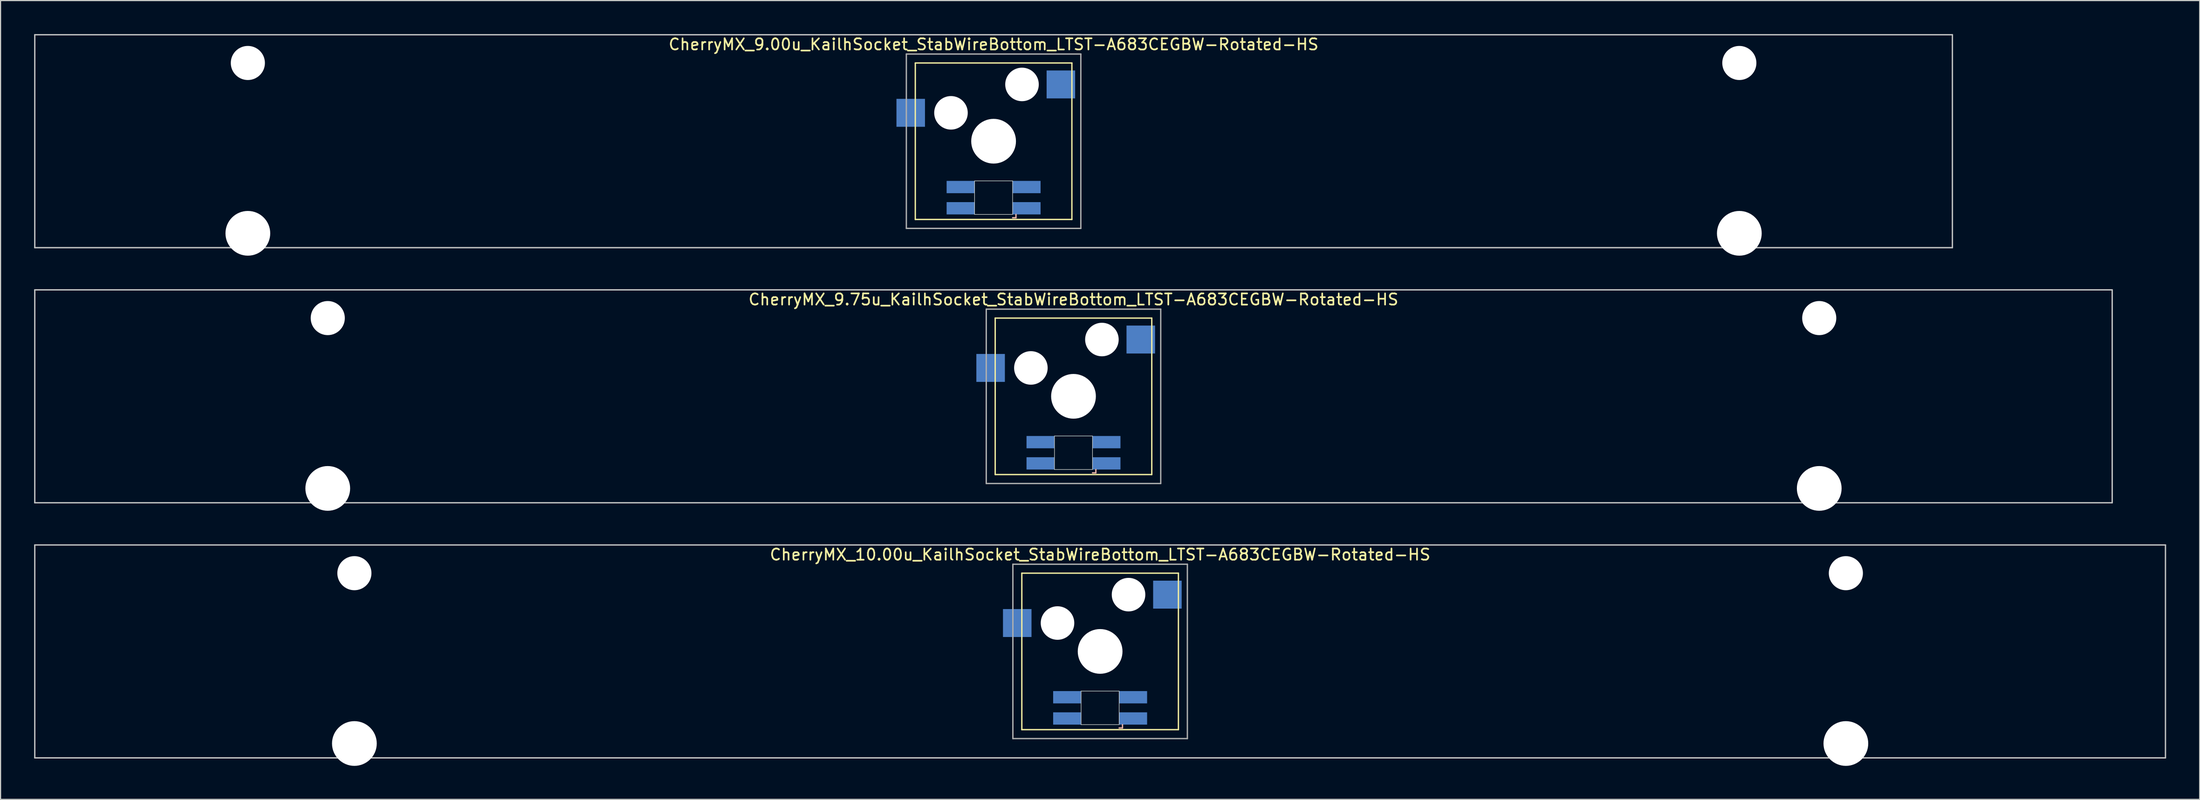
<source format=kicad_pcb>
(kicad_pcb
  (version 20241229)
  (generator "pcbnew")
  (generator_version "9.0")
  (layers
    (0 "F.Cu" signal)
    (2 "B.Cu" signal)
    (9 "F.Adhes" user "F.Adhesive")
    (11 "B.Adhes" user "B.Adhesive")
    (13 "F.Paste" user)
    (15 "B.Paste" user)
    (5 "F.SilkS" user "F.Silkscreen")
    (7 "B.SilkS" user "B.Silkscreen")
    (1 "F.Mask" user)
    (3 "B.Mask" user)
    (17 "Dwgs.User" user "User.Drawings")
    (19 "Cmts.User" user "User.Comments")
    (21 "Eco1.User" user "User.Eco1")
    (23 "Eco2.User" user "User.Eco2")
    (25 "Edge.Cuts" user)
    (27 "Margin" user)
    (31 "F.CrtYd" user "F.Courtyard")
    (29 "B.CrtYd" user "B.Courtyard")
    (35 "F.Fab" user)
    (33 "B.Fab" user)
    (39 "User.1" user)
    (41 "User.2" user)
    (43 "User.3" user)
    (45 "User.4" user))
  (footprint "CherryMX_9.75u_KailhSocket_StabWireBottom_LTST-A683CEGBW-Rotated-HS"
    (layer "F.Cu")
    (at 92.929 32.41)
    (property "Reference" "CherryMX_9.75u_KailhSocket_StabWireBottom_LTST-A683CEGBW-Rotated-HS" (at 0 -8.662 0) (layer "F.SilkS") (effects (font (size 1 1) (thickness 0.15))))
    (attr through_hole)
    (fp_line (start -7 -7) (end -7 7) (stroke (width 0.12) (type solid)) (layer "F.SilkS"))
    (fp_line (start -7 -7) (end 7 -7) (stroke (width 0.12) (type solid)) (layer "F.SilkS"))
    (fp_line (start 7 -7) (end 7 7) (stroke (width 0.12) (type solid)) (layer "F.SilkS"))
    (fp_line (start 7 7) (end -7 7) (stroke (width 0.12) (type solid)) (layer "F.SilkS"))
    (fp_line (start 1.7 6.85) (end 2 6.85) (stroke (width 0.12) (type solid)) (layer "B.SilkS"))
    (fp_line (start 2 6.85) (end 2 6.55) (stroke (width 0.12) (type solid)) (layer "B.SilkS"))
    (fp_line (start -92.869 -9.525) (end 92.869 -9.525) (stroke (width 0.12) (type solid)) (layer "Dwgs.User"))
    (fp_line (start -92.869 9.525) (end -92.869 -9.525) (stroke (width 0.12) (type solid)) (layer "Dwgs.User"))
    (fp_line (start 92.869 -9.525) (end 92.869 9.525) (stroke (width 0.12) (type solid)) (layer "Dwgs.User"))
    (fp_line (start 92.869 9.525) (end -92.869 9.525) (stroke (width 0.12) (type solid)) (layer "Dwgs.User"))
    (fp_line (start -1.7 3.55) (end 1.7 3.55) (stroke (width 0.05) (type solid)) (layer "Edge.Cuts"))
    (fp_line (start -1.7 6.55) (end -1.7 3.55) (stroke (width 0.05) (type solid)) (layer "Edge.Cuts"))
    (fp_line (start 1.7 3.55) (end 1.7 6.55) (stroke (width 0.05) (type solid)) (layer "Edge.Cuts"))
    (fp_line (start 1.7 6.55) (end -1.7 6.55) (stroke (width 0.05) (type solid)) (layer "Edge.Cuts"))
    (fp_line (start -7.8 -7.8) (end -7.8 7.8) (stroke (width 0.12) (type solid)) (layer "F.Fab"))
    (fp_line (start -7.8 -7.8) (end 7.8 -7.8) (stroke (width 0.12) (type solid)) (layer "F.Fab"))
    (fp_line (start -7.8 7.8) (end 7.8 7.8) (stroke (width 0.12) (type solid)) (layer "F.Fab"))
    (fp_line (start 7.8 -7.8) (end 7.8 7.8) (stroke (width 0.12) (type solid)) (layer "F.Fab"))
    (pad "" np_thru_hole circle (at -66.675 -7) (size 3.05 3.05) (drill 3.05) (layers "*.Cu" "*.Mask"))
    (pad "" np_thru_hole circle (at -66.675 8.24) (size 4 4) (drill 4) (layers "*.Cu" "*.Mask"))
    (pad "" np_thru_hole circle (at -3.81 -2.54) (size 3 3) (drill 3) (layers "*.Cu" "*.Mask"))
    (pad "" np_thru_hole circle (at 0 0) (size 4 4) (drill 4) (layers "*.Cu" "*.Mask"))
    (pad "" np_thru_hole circle (at 2.54 -5.08) (size 3 3) (drill 3) (layers "*.Cu" "*.Mask"))
    (pad "" np_thru_hole circle (at 66.675 -7) (size 3.05 3.05) (drill 3.05) (layers "*.Cu" "*.Mask"))
    (pad "" np_thru_hole circle (at 66.675 8.24) (size 4 4) (drill 4) (layers "*.Cu" "*.Mask"))
    (pad "1" smd rect (at -7.41 -2.54) (size 2.55 2.5) (layers "B.Cu" "B.Mask" "B.Paste"))
    (pad "2" smd rect (at 6.015 -5.08) (size 2.55 2.5) (layers "B.Cu" "B.Mask" "B.Paste"))
    (pad "3" smd rect (at 2.95 6) (size 2.5 1.1) (layers "B.Cu" "B.Mask" "B.Paste"))
    (pad "4" smd rect (at 2.95 4.1) (size 2.5 1.1) (layers "B.Cu" "B.Mask" "B.Paste"))
    (pad "5" smd rect (at -2.95 6) (size 2.5 1.1) (layers "B.Cu" "B.Mask" "B.Paste"))
    (pad "6" smd rect (at -2.95 4.1) (size 2.5 1.1) (layers "B.Cu" "B.Mask" "B.Paste")))
  (footprint "CherryMX_9.00u_KailhSocket_StabWireBottom_LTST-A683CEGBW-Rotated-HS"
    (layer "F.Cu")
    (at 85.785 9.585)
    (property "Reference" "CherryMX_9.00u_KailhSocket_StabWireBottom_LTST-A683CEGBW-Rotated-HS" (at 0 -8.662 0) (layer "F.SilkS") (effects (font (size 1 1) (thickness 0.15))))
    (attr through_hole)
    (fp_line (start -7 -7) (end -7 7) (stroke (width 0.12) (type solid)) (layer "F.SilkS"))
    (fp_line (start -7 -7) (end 7 -7) (stroke (width 0.12) (type solid)) (layer "F.SilkS"))
    (fp_line (start 7 -7) (end 7 7) (stroke (width 0.12) (type solid)) (layer "F.SilkS"))
    (fp_line (start 7 7) (end -7 7) (stroke (width 0.12) (type solid)) (layer "F.SilkS"))
    (fp_line (start 1.7 6.85) (end 2 6.85) (stroke (width 0.12) (type solid)) (layer "B.SilkS"))
    (fp_line (start 2 6.85) (end 2 6.55) (stroke (width 0.12) (type solid)) (layer "B.SilkS"))
    (fp_line (start -85.725 -9.525) (end 85.725 -9.525) (stroke (width 0.12) (type solid)) (layer "Dwgs.User"))
    (fp_line (start -85.725 9.525) (end -85.725 -9.525) (stroke (width 0.12) (type solid)) (layer "Dwgs.User"))
    (fp_line (start 85.725 -9.525) (end 85.725 9.525) (stroke (width 0.12) (type solid)) (layer "Dwgs.User"))
    (fp_line (start 85.725 9.525) (end -85.725 9.525) (stroke (width 0.12) (type solid)) (layer "Dwgs.User"))
    (fp_line (start -1.7 3.55) (end 1.7 3.55) (stroke (width 0.05) (type solid)) (layer "Edge.Cuts"))
    (fp_line (start -1.7 6.55) (end -1.7 3.55) (stroke (width 0.05) (type solid)) (layer "Edge.Cuts"))
    (fp_line (start 1.7 3.55) (end 1.7 6.55) (stroke (width 0.05) (type solid)) (layer "Edge.Cuts"))
    (fp_line (start 1.7 6.55) (end -1.7 6.55) (stroke (width 0.05) (type solid)) (layer "Edge.Cuts"))
    (fp_line (start -7.8 -7.8) (end -7.8 7.8) (stroke (width 0.12) (type solid)) (layer "F.Fab"))
    (fp_line (start -7.8 -7.8) (end 7.8 -7.8) (stroke (width 0.12) (type solid)) (layer "F.Fab"))
    (fp_line (start -7.8 7.8) (end 7.8 7.8) (stroke (width 0.12) (type solid)) (layer "F.Fab"))
    (fp_line (start 7.8 -7.8) (end 7.8 7.8) (stroke (width 0.12) (type solid)) (layer "F.Fab"))
    (pad "" np_thru_hole circle (at -66.675 -7) (size 3.05 3.05) (drill 3.05) (layers "*.Cu" "*.Mask"))
    (pad "" np_thru_hole circle (at -66.675 8.24) (size 4 4) (drill 4) (layers "*.Cu" "*.Mask"))
    (pad "" np_thru_hole circle (at -3.81 -2.54) (size 3 3) (drill 3) (layers "*.Cu" "*.Mask"))
    (pad "" np_thru_hole circle (at 0 0) (size 4 4) (drill 4) (layers "*.Cu" "*.Mask"))
    (pad "" np_thru_hole circle (at 2.54 -5.08) (size 3 3) (drill 3) (layers "*.Cu" "*.Mask"))
    (pad "" np_thru_hole circle (at 66.675 -7) (size 3.05 3.05) (drill 3.05) (layers "*.Cu" "*.Mask"))
    (pad "" np_thru_hole circle (at 66.675 8.24) (size 4 4) (drill 4) (layers "*.Cu" "*.Mask"))
    (pad "1" smd rect (at -7.41 -2.54) (size 2.55 2.5) (layers "B.Cu" "B.Mask" "B.Paste"))
    (pad "2" smd rect (at 6.015 -5.08) (size 2.55 2.5) (layers "B.Cu" "B.Mask" "B.Paste"))
    (pad "3" smd rect (at 2.95 6) (size 2.5 1.1) (layers "B.Cu" "B.Mask" "B.Paste"))
    (pad "4" smd rect (at 2.95 4.1) (size 2.5 1.1) (layers "B.Cu" "B.Mask" "B.Paste"))
    (pad "5" smd rect (at -2.95 6) (size 2.5 1.1) (layers "B.Cu" "B.Mask" "B.Paste"))
    (pad "6" smd rect (at -2.95 4.1) (size 2.5 1.1) (layers "B.Cu" "B.Mask" "B.Paste")))
  (footprint "CherryMX_10.00u_KailhSocket_StabWireBottom_LTST-A683CEGBW-Rotated-HS"
    (layer "F.Cu")
    (at 95.31 55.235)
    (property "Reference" "CherryMX_10.00u_KailhSocket_StabWireBottom_LTST-A683CEGBW-Rotated-HS" (at 0 -8.662 0) (layer "F.SilkS") (effects (font (size 1 1) (thickness 0.15))))
    (attr through_hole)
    (fp_line (start -7 -7) (end -7 7) (stroke (width 0.12) (type solid)) (layer "F.SilkS"))
    (fp_line (start -7 -7) (end 7 -7) (stroke (width 0.12) (type solid)) (layer "F.SilkS"))
    (fp_line (start 7 -7) (end 7 7) (stroke (width 0.12) (type solid)) (layer "F.SilkS"))
    (fp_line (start 7 7) (end -7 7) (stroke (width 0.12) (type solid)) (layer "F.SilkS"))
    (fp_line (start 1.7 6.85) (end 2 6.85) (stroke (width 0.12) (type solid)) (layer "B.SilkS"))
    (fp_line (start 2 6.85) (end 2 6.55) (stroke (width 0.12) (type solid)) (layer "B.SilkS"))
    (fp_line (start -95.25 -9.525) (end 95.25 -9.525) (stroke (width 0.12) (type solid)) (layer "Dwgs.User"))
    (fp_line (start -95.25 9.525) (end -95.25 -9.525) (stroke (width 0.12) (type solid)) (layer "Dwgs.User"))
    (fp_line (start 95.25 -9.525) (end 95.25 9.525) (stroke (width 0.12) (type solid)) (layer "Dwgs.User"))
    (fp_line (start 95.25 9.525) (end -95.25 9.525) (stroke (width 0.12) (type solid)) (layer "Dwgs.User"))
    (fp_line (start -1.7 3.55) (end 1.7 3.55) (stroke (width 0.05) (type solid)) (layer "Edge.Cuts"))
    (fp_line (start -1.7 6.55) (end -1.7 3.55) (stroke (width 0.05) (type solid)) (layer "Edge.Cuts"))
    (fp_line (start 1.7 3.55) (end 1.7 6.55) (stroke (width 0.05) (type solid)) (layer "Edge.Cuts"))
    (fp_line (start 1.7 6.55) (end -1.7 6.55) (stroke (width 0.05) (type solid)) (layer "Edge.Cuts"))
    (fp_line (start -7.8 -7.8) (end -7.8 7.8) (stroke (width 0.12) (type solid)) (layer "F.Fab"))
    (fp_line (start -7.8 -7.8) (end 7.8 -7.8) (stroke (width 0.12) (type solid)) (layer "F.Fab"))
    (fp_line (start -7.8 7.8) (end 7.8 7.8) (stroke (width 0.12) (type solid)) (layer "F.Fab"))
    (fp_line (start 7.8 -7.8) (end 7.8 7.8) (stroke (width 0.12) (type solid)) (layer "F.Fab"))
    (pad "" np_thru_hole circle (at -66.675 -7) (size 3.05 3.05) (drill 3.05) (layers "*.Cu" "*.Mask"))
    (pad "" np_thru_hole circle (at -66.675 8.24) (size 4 4) (drill 4) (layers "*.Cu" "*.Mask"))
    (pad "" np_thru_hole circle (at -3.81 -2.54) (size 3 3) (drill 3) (layers "*.Cu" "*.Mask"))
    (pad "" np_thru_hole circle (at 0 0) (size 4 4) (drill 4) (layers "*.Cu" "*.Mask"))
    (pad "" np_thru_hole circle (at 2.54 -5.08) (size 3 3) (drill 3) (layers "*.Cu" "*.Mask"))
    (pad "" np_thru_hole circle (at 66.675 -7) (size 3.05 3.05) (drill 3.05) (layers "*.Cu" "*.Mask"))
    (pad "" np_thru_hole circle (at 66.675 8.24) (size 4 4) (drill 4) (layers "*.Cu" "*.Mask"))
    (pad "1" smd rect (at -7.41 -2.54) (size 2.55 2.5) (layers "B.Cu" "B.Mask" "B.Paste"))
    (pad "2" smd rect (at 6.015 -5.08) (size 2.55 2.5) (layers "B.Cu" "B.Mask" "B.Paste"))
    (pad "3" smd rect (at 2.95 6) (size 2.5 1.1) (layers "B.Cu" "B.Mask" "B.Paste"))
    (pad "4" smd rect (at 2.95 4.1) (size 2.5 1.1) (layers "B.Cu" "B.Mask" "B.Paste"))
    (pad "5" smd rect (at -2.95 6) (size 2.5 1.1) (layers "B.Cu" "B.Mask" "B.Paste"))
    (pad "6" smd rect (at -2.95 4.1) (size 2.5 1.1) (layers "B.Cu" "B.Mask" "B.Paste")))
  (gr_rect
    (start -3 -3)
    (end 193.62 68.475)
    (stroke (width 0.1) (type default))
    (fill no)
    (layer "Edge.Cuts")))
</source>
